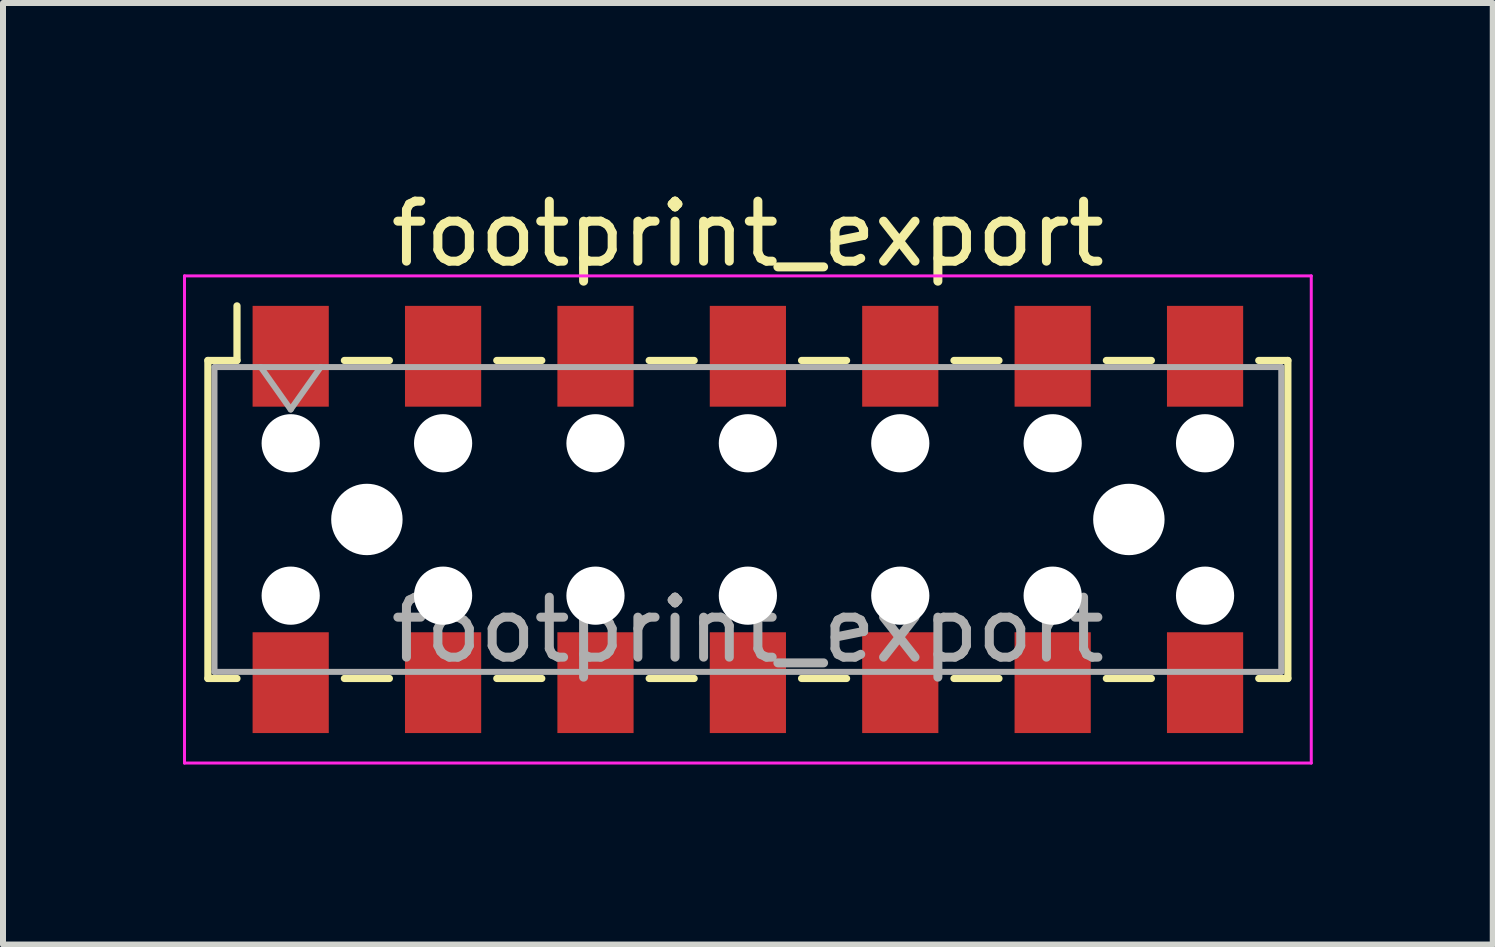
<source format=kicad_pcb>
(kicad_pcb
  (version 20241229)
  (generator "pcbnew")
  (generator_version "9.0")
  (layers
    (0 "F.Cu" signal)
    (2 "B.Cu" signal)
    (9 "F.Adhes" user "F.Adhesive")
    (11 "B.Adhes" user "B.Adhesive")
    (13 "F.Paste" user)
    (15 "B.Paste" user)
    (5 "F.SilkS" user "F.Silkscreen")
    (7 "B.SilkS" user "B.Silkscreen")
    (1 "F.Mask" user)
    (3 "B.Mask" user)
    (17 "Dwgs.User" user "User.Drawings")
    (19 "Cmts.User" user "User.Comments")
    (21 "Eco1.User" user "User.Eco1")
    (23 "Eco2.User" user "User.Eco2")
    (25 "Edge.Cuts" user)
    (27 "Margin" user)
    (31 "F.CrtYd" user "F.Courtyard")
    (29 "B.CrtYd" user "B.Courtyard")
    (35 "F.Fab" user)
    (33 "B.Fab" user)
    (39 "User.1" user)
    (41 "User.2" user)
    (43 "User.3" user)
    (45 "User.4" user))
  (footprint "footprint_export"
    (layer "F.Cu")
    (at 9.415 5.608)
    (property "Reference" "footprint_export" (at 0 -4.76 0) (layer "F.SilkS") (effects (font (size 1 1) (thickness 0.15))))
    (attr smd)
    (fp_line (start -9 -2.65) (end -9 2.65) (stroke (width 0.12) (type solid)) (layer "F.SilkS"))
    (fp_line (start -9 2.65) (end -8.515 2.65) (stroke (width 0.12) (type solid)) (layer "F.SilkS"))
    (fp_line (start -8.515 -3.56) (end -8.515 -2.65) (stroke (width 0.12) (type solid)) (layer "F.SilkS"))
    (fp_line (start -8.515 -2.65) (end -9 -2.65) (stroke (width 0.12) (type solid)) (layer "F.SilkS"))
    (fp_line (start -6.725 -2.65) (end -5.975 -2.65) (stroke (width 0.12) (type solid)) (layer "F.SilkS"))
    (fp_line (start -6.725 2.65) (end -5.975 2.65) (stroke (width 0.12) (type solid)) (layer "F.SilkS"))
    (fp_line (start -4.185 -2.65) (end -3.435 -2.65) (stroke (width 0.12) (type solid)) (layer "F.SilkS"))
    (fp_line (start -4.185 2.65) (end -3.435 2.65) (stroke (width 0.12) (type solid)) (layer "F.SilkS"))
    (fp_line (start -1.645 -2.65) (end -0.895 -2.65) (stroke (width 0.12) (type solid)) (layer "F.SilkS"))
    (fp_line (start -1.645 2.65) (end -0.895 2.65) (stroke (width 0.12) (type solid)) (layer "F.SilkS"))
    (fp_line (start 0.895 -2.65) (end 1.645 -2.65) (stroke (width 0.12) (type solid)) (layer "F.SilkS"))
    (fp_line (start 0.895 2.65) (end 1.645 2.65) (stroke (width 0.12) (type solid)) (layer "F.SilkS"))
    (fp_line (start 3.435 -2.65) (end 4.185 -2.65) (stroke (width 0.12) (type solid)) (layer "F.SilkS"))
    (fp_line (start 3.435 2.65) (end 4.185 2.65) (stroke (width 0.12) (type solid)) (layer "F.SilkS"))
    (fp_line (start 5.975 -2.65) (end 6.725 -2.65) (stroke (width 0.12) (type solid)) (layer "F.SilkS"))
    (fp_line (start 5.975 2.65) (end 6.725 2.65) (stroke (width 0.12) (type solid)) (layer "F.SilkS"))
    (fp_line (start 8.515 -2.65) (end 9 -2.65) (stroke (width 0.12) (type solid)) (layer "F.SilkS"))
    (fp_line (start 9 -2.65) (end 9 2.65) (stroke (width 0.12) (type solid)) (layer "F.SilkS"))
    (fp_line (start 9 2.65) (end 8.515 2.65) (stroke (width 0.12) (type solid)) (layer "F.SilkS"))
    (fp_line (start -9.39 -4.06) (end 9.39 -4.06) (stroke (width 0.05) (type solid)) (layer "F.CrtYd"))
    (fp_line (start -9.39 4.06) (end -9.39 -4.06) (stroke (width 0.05) (type solid)) (layer "F.CrtYd"))
    (fp_line (start 9.39 -4.06) (end 9.39 4.06) (stroke (width 0.05) (type solid)) (layer "F.CrtYd"))
    (fp_line (start 9.39 4.06) (end -9.39 4.06) (stroke (width 0.05) (type solid)) (layer "F.CrtYd"))
    (fp_line (start -8.89 -2.54) (end 8.89 -2.54) (stroke (width 0.1) (type solid)) (layer "F.Fab"))
    (fp_line (start -8.89 2.54) (end -8.89 -2.54) (stroke (width 0.1) (type solid)) (layer "F.Fab"))
    (fp_line (start -8.12 -2.54) (end -7.62 -1.833) (stroke (width 0.1) (type solid)) (layer "F.Fab"))
    (fp_line (start -7.62 -1.833) (end -7.12 -2.54) (stroke (width 0.1) (type solid)) (layer "F.Fab"))
    (fp_line (start 8.89 -2.54) (end 8.89 2.54) (stroke (width 0.1) (type solid)) (layer "F.Fab"))
    (fp_line (start 8.89 2.54) (end -8.89 2.54) (stroke (width 0.1) (type solid)) (layer "F.Fab"))
    (fp_text user "${REFERENCE}" (at 0 1.84 0) (layer "F.Fab") (effects (font (size 1 1) (thickness 0.15))))
    (pad "" np_thru_hole circle (at -7.62 -1.27) (size 0.97 0.97) (drill 0.97) (layers "*.Cu" "*.Mask"))
    (pad "" np_thru_hole circle (at -7.62 1.27) (size 0.97 0.97) (drill 0.97) (layers "*.Cu" "*.Mask"))
    (pad "" np_thru_hole circle (at -6.35 0) (size 1.19 1.19) (drill 1.19) (layers "*.Cu" "*.Mask"))
    (pad "" np_thru_hole circle (at -5.08 -1.27) (size 0.97 0.97) (drill 0.97) (layers "*.Cu" "*.Mask"))
    (pad "" np_thru_hole circle (at -5.08 1.27) (size 0.97 0.97) (drill 0.97) (layers "*.Cu" "*.Mask"))
    (pad "" np_thru_hole circle (at -2.54 -1.27) (size 0.97 0.97) (drill 0.97) (layers "*.Cu" "*.Mask"))
    (pad "" np_thru_hole circle (at -2.54 1.27) (size 0.97 0.97) (drill 0.97) (layers "*.Cu" "*.Mask"))
    (pad "" np_thru_hole circle (at 0 -1.27) (size 0.97 0.97) (drill 0.97) (layers "*.Cu" "*.Mask"))
    (pad "" np_thru_hole circle (at 0 1.27) (size 0.97 0.97) (drill 0.97) (layers "*.Cu" "*.Mask"))
    (pad "" np_thru_hole circle (at 2.54 -1.27) (size 0.97 0.97) (drill 0.97) (layers "*.Cu" "*.Mask"))
    (pad "" np_thru_hole circle (at 2.54 1.27) (size 0.97 0.97) (drill 0.97) (layers "*.Cu" "*.Mask"))
    (pad "" np_thru_hole circle (at 5.08 -1.27) (size 0.97 0.97) (drill 0.97) (layers "*.Cu" "*.Mask"))
    (pad "" np_thru_hole circle (at 5.08 1.27) (size 0.97 0.97) (drill 0.97) (layers "*.Cu" "*.Mask"))
    (pad "" np_thru_hole circle (at 6.35 0) (size 1.19 1.19) (drill 1.19) (layers "*.Cu" "*.Mask"))
    (pad "" np_thru_hole circle (at 7.62 -1.27) (size 0.97 0.97) (drill 0.97) (layers "*.Cu" "*.Mask"))
    (pad "" np_thru_hole circle (at 7.62 1.27) (size 0.97 0.97) (drill 0.97) (layers "*.Cu" "*.Mask"))
    (pad "1" smd rect (at -7.62 -2.72) (size 1.27 1.68) (layers "F.Cu" "F.Mask" "F.Paste"))
    (pad "2" smd rect (at -7.62 2.72) (size 1.27 1.68) (layers "F.Cu" "F.Mask" "F.Paste"))
    (pad "3" smd rect (at -5.08 -2.72) (size 1.27 1.68) (layers "F.Cu" "F.Mask" "F.Paste"))
    (pad "4" smd rect (at -5.08 2.72) (size 1.27 1.68) (layers "F.Cu" "F.Mask" "F.Paste"))
    (pad "5" smd rect (at -2.54 -2.72) (size 1.27 1.68) (layers "F.Cu" "F.Mask" "F.Paste"))
    (pad "6" smd rect (at -2.54 2.72) (size 1.27 1.68) (layers "F.Cu" "F.Mask" "F.Paste"))
    (pad "7" smd rect (at 0 -2.72) (size 1.27 1.68) (layers "F.Cu" "F.Mask" "F.Paste"))
    (pad "8" smd rect (at 0 2.72) (size 1.27 1.68) (layers "F.Cu" "F.Mask" "F.Paste"))
    (pad "9" smd rect (at 2.54 -2.72) (size 1.27 1.68) (layers "F.Cu" "F.Mask" "F.Paste"))
    (pad "10" smd rect (at 2.54 2.72) (size 1.27 1.68) (layers "F.Cu" "F.Mask" "F.Paste"))
    (pad "11" smd rect (at 5.08 -2.72) (size 1.27 1.68) (layers "F.Cu" "F.Mask" "F.Paste"))
    (pad "12" smd rect (at 5.08 2.72) (size 1.27 1.68) (layers "F.Cu" "F.Mask" "F.Paste"))
    (pad "13" smd rect (at 7.62 -2.72) (size 1.27 1.68) (layers "F.Cu" "F.Mask" "F.Paste"))
    (pad "14" smd rect (at 7.62 2.72) (size 1.27 1.68) (layers "F.Cu" "F.Mask" "F.Paste")))
  (gr_rect
    (start -3 -3)
    (end 21.83 12.693)
    (stroke (width 0.1) (type default))
    (fill no)
    (layer "Edge.Cuts")))
</source>
